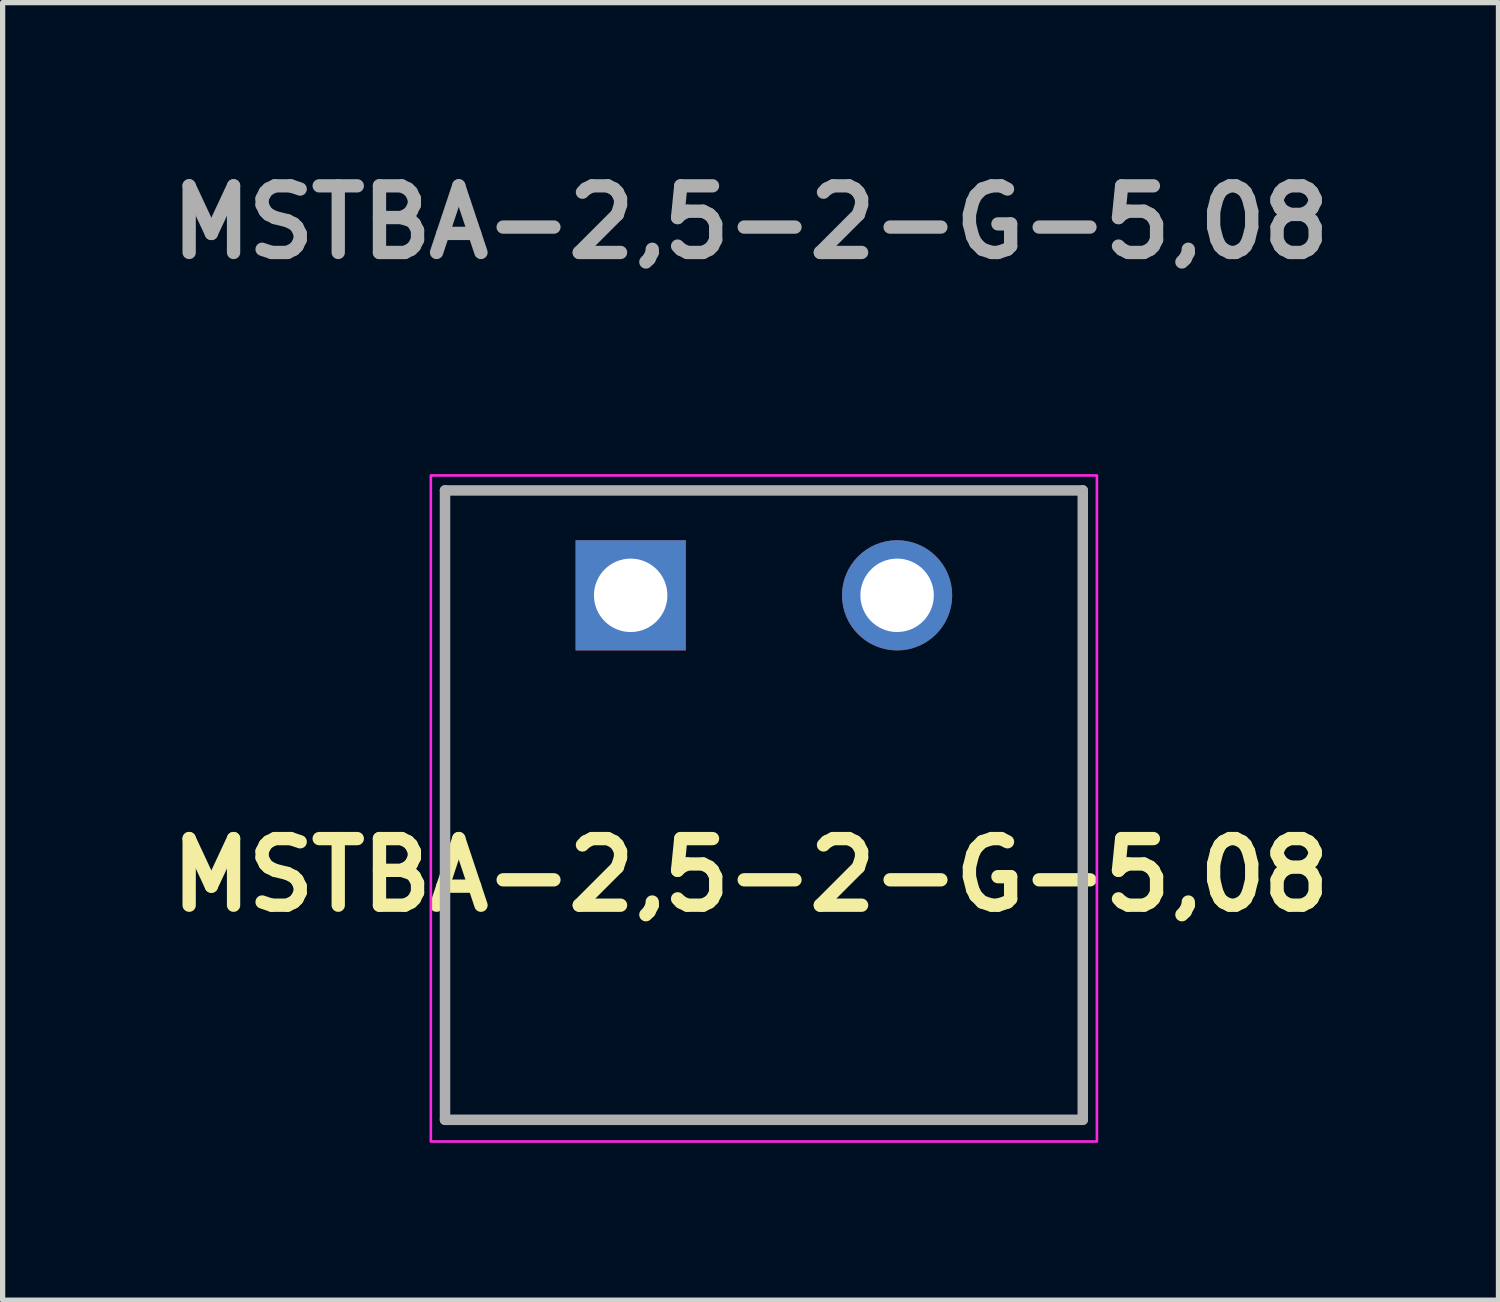
<source format=kicad_pcb>
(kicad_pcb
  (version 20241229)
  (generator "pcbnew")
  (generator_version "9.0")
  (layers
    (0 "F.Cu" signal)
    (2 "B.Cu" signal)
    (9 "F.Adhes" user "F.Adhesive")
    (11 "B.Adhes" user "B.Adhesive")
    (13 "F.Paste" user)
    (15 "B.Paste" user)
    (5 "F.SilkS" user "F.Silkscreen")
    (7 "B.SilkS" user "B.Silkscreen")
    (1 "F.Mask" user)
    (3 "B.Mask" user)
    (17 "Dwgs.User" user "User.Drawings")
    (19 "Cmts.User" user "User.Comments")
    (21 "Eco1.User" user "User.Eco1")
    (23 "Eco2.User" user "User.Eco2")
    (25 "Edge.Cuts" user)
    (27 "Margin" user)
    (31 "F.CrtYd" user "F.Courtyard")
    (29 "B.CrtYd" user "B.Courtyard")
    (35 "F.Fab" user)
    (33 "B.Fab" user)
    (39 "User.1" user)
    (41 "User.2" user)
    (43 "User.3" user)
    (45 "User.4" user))
  (footprint "MSTBA-2,5-2-G-5,08"
    (layer "F.Cu")
    (at 8.975 8.301)
    (property "Reference" "MSTBA-2,5-2-G-5,08" (at 2.286 5.334 0) (layer "F.SilkS") (effects (font (size 1.27 1.27) (thickness 0.254))))
    (attr through_hole)
    (fp_line (start -3.54 -2) (end 8.62 -2) (stroke (width 0.1) (type solid)) (layer "F.SilkS"))
    (fp_line (start -3.54 10) (end -3.54 -2) (stroke (width 0.1) (type solid)) (layer "F.SilkS"))
    (fp_line (start 8.62 -2) (end 8.62 10) (stroke (width 0.1) (type solid)) (layer "F.SilkS"))
    (fp_line (start 8.62 10) (end -3.54 10) (stroke (width 0.1) (type solid)) (layer "F.SilkS"))
    (fp_rect (start -3.81 -2.286) (end 8.89 10.414) (stroke (width 0.05) (type default)) (fill no) (layer "F.CrtYd"))
    (fp_line (start -3.54 -2) (end 8.62 -2) (stroke (width 0.2) (type solid)) (layer "F.Fab"))
    (fp_line (start -3.54 10) (end -3.54 -2) (stroke (width 0.2) (type solid)) (layer "F.Fab"))
    (fp_line (start 8.62 -2) (end 8.62 10) (stroke (width 0.2) (type solid)) (layer "F.Fab"))
    (fp_line (start 8.62 10) (end -3.54 10) (stroke (width 0.2) (type solid)) (layer "F.Fab"))
    (fp_text user "${REFERENCE}" (at 2.286 -7.112 0) (layer "F.Fab") (effects (font (size 1.27 1.27) (thickness 0.254))))
    (pad "1" thru_hole rect (at 0 0) (size 2.1 2.1) (drill 1.4) (layers "*.Cu" "*.Mask"))
    (pad "2" thru_hole circle (at 5.08 0) (size 2.1 2.1) (drill 1.4) (layers "*.Cu" "*.Mask")))
  (gr_rect
    (start -3 -3)
    (end 25.521 21.74)
    (stroke (width 0.1) (type default))
    (fill no)
    (layer "Edge.Cuts")))
</source>
